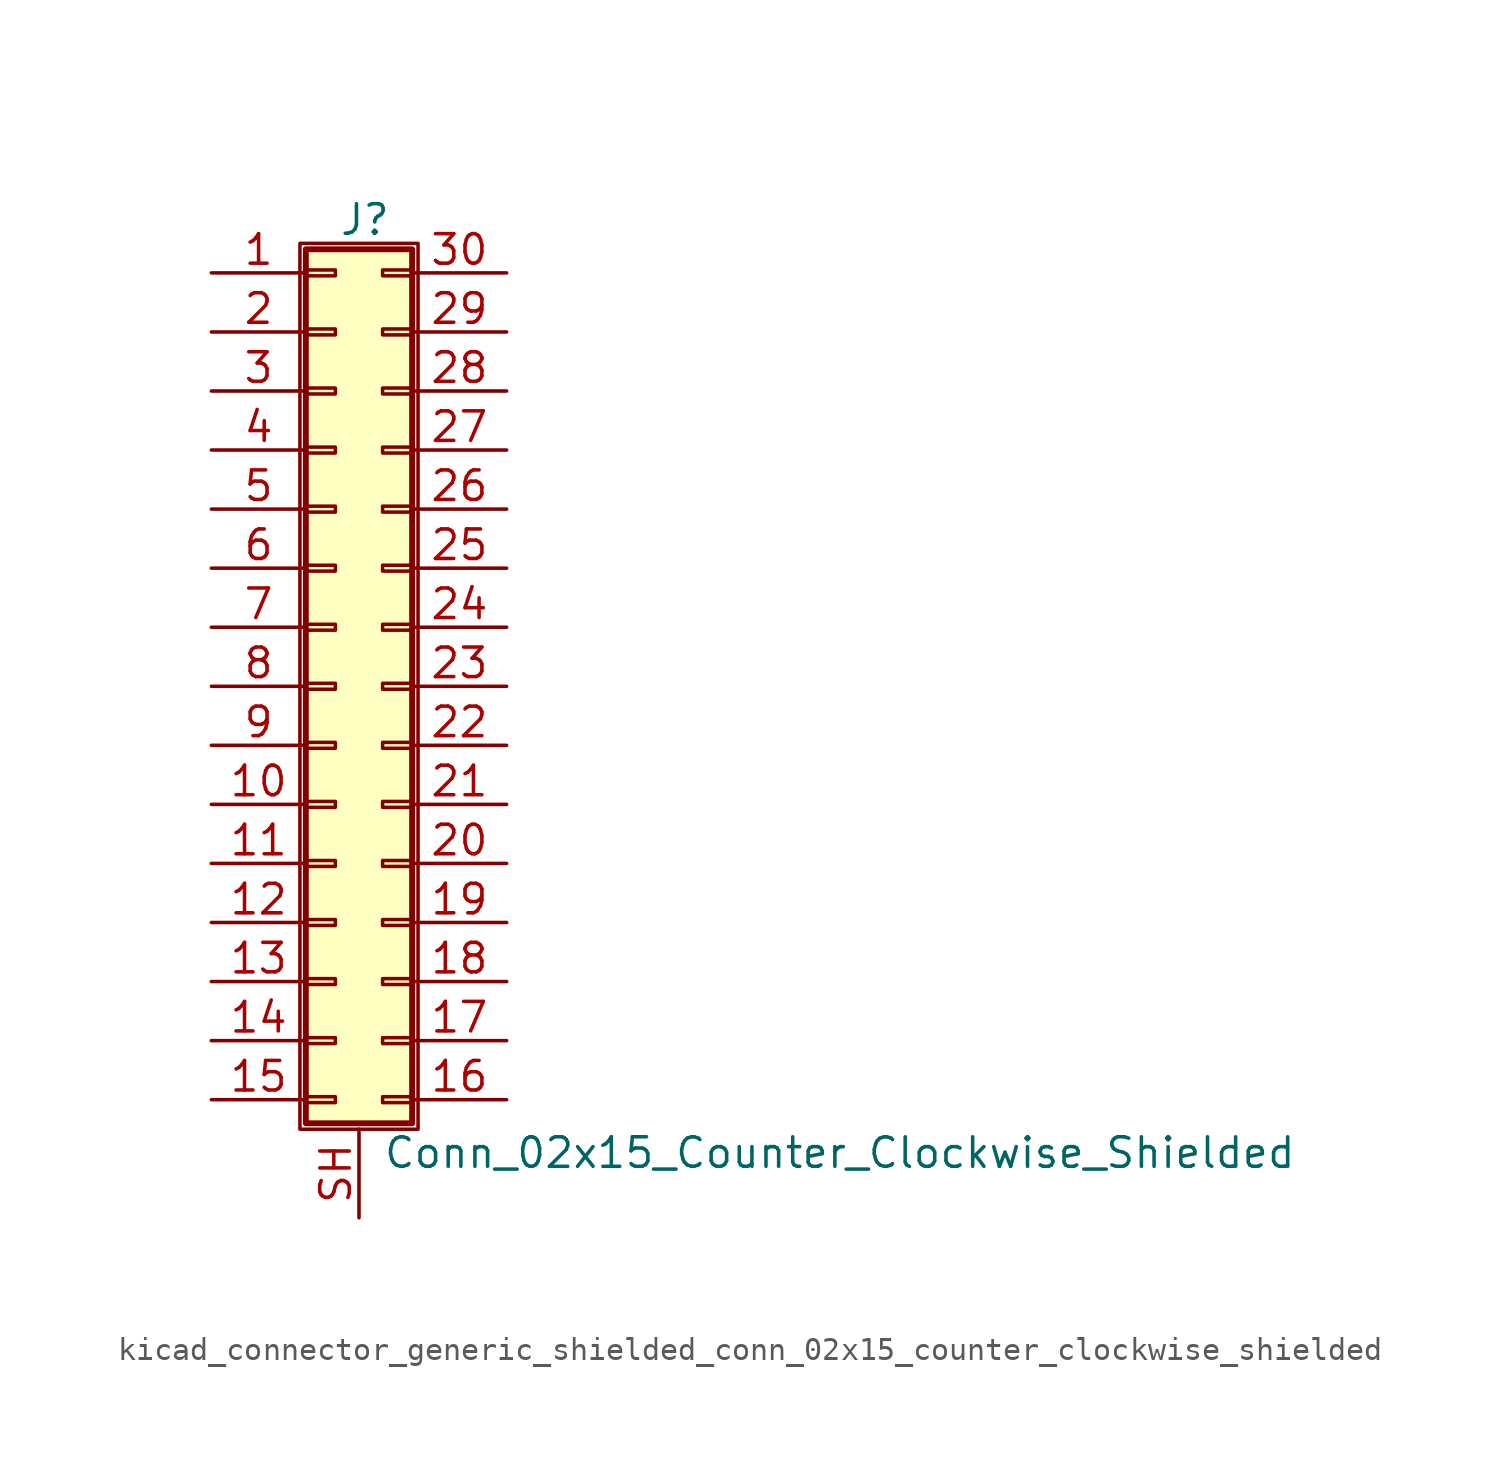
<source format=kicad_sym>
(kicad_symbol_lib
  (version 20220914)
  (generator kicad_symbol_editor)
  (symbol "kicad_connector_generic_shielded_conn_02x15_counter_clockwise_shielded"
    (pin_names
      (offset 1.016) hide)
    (property "Reference" "J"
      (at 1.524 20.066 0)
      (effects (font (size 1.27 1.27))))
    (property "Value" "Conn_02x15_Counter_Clockwise_Shielded"
      (at 2.286 -20.066 0)
      (effects (font (size 1.27 1.27)) (justify left)))
    (symbol "kicad_connector_generic_shielded_conn_02x15_counter_clockwise_shielded_1_1"
      (rectangle (start -1.27 19.05) (end 3.81 -19.05) (stroke (width 0.152) (type default)) (fill (type none)))
      (rectangle (start -1.016 -17.653) (end 0.254 -17.907) (stroke (width 0.152) (type default)) (fill (type none)))
      (rectangle (start -1.016 -15.113) (end 0.254 -15.367) (stroke (width 0.152) (type default)) (fill (type none)))
      (rectangle (start -1.016 -12.573) (end 0.254 -12.827) (stroke (width 0.152) (type default)) (fill (type none)))
      (rectangle (start -1.016 -10.033) (end 0.254 -10.287) (stroke (width 0.152) (type default)) (fill (type none)))
      (rectangle (start -1.016 -7.493) (end 0.254 -7.747) (stroke (width 0.152) (type default)) (fill (type none)))
      (rectangle (start -1.016 -4.953) (end 0.254 -5.207) (stroke (width 0.152) (type default)) (fill (type none)))
      (rectangle (start -1.016 -2.413) (end 0.254 -2.667) (stroke (width 0.152) (type default)) (fill (type none)))
      (rectangle (start -1.016 0.127) (end 0.254 -0.127) (stroke (width 0.152) (type default)) (fill (type none)))
      (rectangle (start -1.016 2.667) (end 0.254 2.413) (stroke (width 0.152) (type default)) (fill (type none)))
      (rectangle (start -1.016 5.207) (end 0.254 4.953) (stroke (width 0.152) (type default)) (fill (type none)))
      (rectangle (start -1.016 7.747) (end 0.254 7.493) (stroke (width 0.152) (type default)) (fill (type none)))
      (rectangle (start -1.016 10.287) (end 0.254 10.033) (stroke (width 0.152) (type default)) (fill (type none)))
      (rectangle (start -1.016 12.827) (end 0.254 12.573) (stroke (width 0.152) (type default)) (fill (type none)))
      (rectangle (start -1.016 15.367) (end 0.254 15.113) (stroke (width 0.152) (type default)) (fill (type none)))
      (rectangle (start -1.016 17.907) (end 0.254 17.653) (stroke (width 0.152) (type default)) (fill (type none)))
      (rectangle (start -1.016 18.796) (end 3.556 -18.796) (stroke (width 0.254) (type default)) (fill (type background)))
      (rectangle (start 3.556 -17.653) (end 2.286 -17.907) (stroke (width 0.152) (type default)) (fill (type none)))
      (rectangle (start 3.556 -15.113) (end 2.286 -15.367) (stroke (width 0.152) (type default)) (fill (type none)))
      (rectangle (start 3.556 -12.573) (end 2.286 -12.827) (stroke (width 0.152) (type default)) (fill (type none)))
      (rectangle (start 3.556 -10.033) (end 2.286 -10.287) (stroke (width 0.152) (type default)) (fill (type none)))
      (rectangle (start 3.556 -7.493) (end 2.286 -7.747) (stroke (width 0.152) (type default)) (fill (type none)))
      (rectangle (start 3.556 -4.953) (end 2.286 -5.207) (stroke (width 0.152) (type default)) (fill (type none)))
      (rectangle (start 3.556 -2.413) (end 2.286 -2.667) (stroke (width 0.152) (type default)) (fill (type none)))
      (rectangle (start 3.556 0.127) (end 2.286 -0.127) (stroke (width 0.152) (type default)) (fill (type none)))
      (rectangle (start 3.556 2.667) (end 2.286 2.413) (stroke (width 0.152) (type default)) (fill (type none)))
      (rectangle (start 3.556 5.207) (end 2.286 4.953) (stroke (width 0.152) (type default)) (fill (type none)))
      (rectangle (start 3.556 7.747) (end 2.286 7.493) (stroke (width 0.152) (type default)) (fill (type none)))
      (rectangle (start 3.556 10.287) (end 2.286 10.033) (stroke (width 0.152) (type default)) (fill (type none)))
      (rectangle (start 3.556 12.827) (end 2.286 12.573) (stroke (width 0.152) (type default)) (fill (type none)))
      (rectangle (start 3.556 15.367) (end 2.286 15.113) (stroke (width 0.152) (type default)) (fill (type none)))
      (rectangle (start 3.556 17.907) (end 2.286 17.653) (stroke (width 0.152) (type default)) (fill (type none)))
      (pin passive line (at -5.08 17.78 0) (length 4.064) (name "Pin_1" (effects (font (size 1.27 1.27)))) (number "1" (effects (font (size 1.27 1.27)))))
      (pin passive line (at -5.08 -5.08 0) (length 4.064) (name "Pin_10" (effects (font (size 1.27 1.27)))) (number "10" (effects (font (size 1.27 1.27)))))
      (pin passive line (at -5.08 -7.62 0) (length 4.064) (name "Pin_11" (effects (font (size 1.27 1.27)))) (number "11" (effects (font (size 1.27 1.27)))))
      (pin passive line (at -5.08 -10.16 0) (length 4.064) (name "Pin_12" (effects (font (size 1.27 1.27)))) (number "12" (effects (font (size 1.27 1.27)))))
      (pin passive line (at -5.08 -12.7 0) (length 4.064) (name "Pin_13" (effects (font (size 1.27 1.27)))) (number "13" (effects (font (size 1.27 1.27)))))
      (pin passive line (at -5.08 -15.24 0) (length 4.064) (name "Pin_14" (effects (font (size 1.27 1.27)))) (number "14" (effects (font (size 1.27 1.27)))))
      (pin passive line (at -5.08 -17.78 0) (length 4.064) (name "Pin_15" (effects (font (size 1.27 1.27)))) (number "15" (effects (font (size 1.27 1.27)))))
      (pin passive line (at 7.62 -17.78 180) (length 4.064) (name "Pin_16" (effects (font (size 1.27 1.27)))) (number "16" (effects (font (size 1.27 1.27)))))
      (pin passive line (at 7.62 -15.24 180) (length 4.064) (name "Pin_17" (effects (font (size 1.27 1.27)))) (number "17" (effects (font (size 1.27 1.27)))))
      (pin passive line (at 7.62 -12.7 180) (length 4.064) (name "Pin_18" (effects (font (size 1.27 1.27)))) (number "18" (effects (font (size 1.27 1.27)))))
      (pin passive line (at 7.62 -10.16 180) (length 4.064) (name "Pin_19" (effects (font (size 1.27 1.27)))) (number "19" (effects (font (size 1.27 1.27)))))
      (pin passive line (at -5.08 15.24 0) (length 4.064) (name "Pin_2" (effects (font (size 1.27 1.27)))) (number "2" (effects (font (size 1.27 1.27)))))
      (pin passive line (at 7.62 -7.62 180) (length 4.064) (name "Pin_20" (effects (font (size 1.27 1.27)))) (number "20" (effects (font (size 1.27 1.27)))))
      (pin passive line (at 7.62 -5.08 180) (length 4.064) (name "Pin_21" (effects (font (size 1.27 1.27)))) (number "21" (effects (font (size 1.27 1.27)))))
      (pin passive line (at 7.62 -2.54 180) (length 4.064) (name "Pin_22" (effects (font (size 1.27 1.27)))) (number "22" (effects (font (size 1.27 1.27)))))
      (pin passive line (at 7.62 0 180) (length 4.064) (name "Pin_23" (effects (font (size 1.27 1.27)))) (number "23" (effects (font (size 1.27 1.27)))))
      (pin passive line (at 7.62 2.54 180) (length 4.064) (name "Pin_24" (effects (font (size 1.27 1.27)))) (number "24" (effects (font (size 1.27 1.27)))))
      (pin passive line (at 7.62 5.08 180) (length 4.064) (name "Pin_25" (effects (font (size 1.27 1.27)))) (number "25" (effects (font (size 1.27 1.27)))))
      (pin passive line (at 7.62 7.62 180) (length 4.064) (name "Pin_26" (effects (font (size 1.27 1.27)))) (number "26" (effects (font (size 1.27 1.27)))))
      (pin passive line (at 7.62 10.16 180) (length 4.064) (name "Pin_27" (effects (font (size 1.27 1.27)))) (number "27" (effects (font (size 1.27 1.27)))))
      (pin passive line (at 7.62 12.7 180) (length 4.064) (name "Pin_28" (effects (font (size 1.27 1.27)))) (number "28" (effects (font (size 1.27 1.27)))))
      (pin passive line (at 7.62 15.24 180) (length 4.064) (name "Pin_29" (effects (font (size 1.27 1.27)))) (number "29" (effects (font (size 1.27 1.27)))))
      (pin passive line (at -5.08 12.7 0) (length 4.064) (name "Pin_3" (effects (font (size 1.27 1.27)))) (number "3" (effects (font (size 1.27 1.27)))))
      (pin passive line (at 7.62 17.78 180) (length 4.064) (name "Pin_30" (effects (font (size 1.27 1.27)))) (number "30" (effects (font (size 1.27 1.27)))))
      (pin passive line (at -5.08 10.16 0) (length 4.064) (name "Pin_4" (effects (font (size 1.27 1.27)))) (number "4" (effects (font (size 1.27 1.27)))))
      (pin passive line (at -5.08 7.62 0) (length 4.064) (name "Pin_5" (effects (font (size 1.27 1.27)))) (number "5" (effects (font (size 1.27 1.27)))))
      (pin passive line (at -5.08 5.08 0) (length 4.064) (name "Pin_6" (effects (font (size 1.27 1.27)))) (number "6" (effects (font (size 1.27 1.27)))))
      (pin passive line (at -5.08 2.54 0) (length 4.064) (name "Pin_7" (effects (font (size 1.27 1.27)))) (number "7" (effects (font (size 1.27 1.27)))))
      (pin passive line (at -5.08 0 0) (length 4.064) (name "Pin_8" (effects (font (size 1.27 1.27)))) (number "8" (effects (font (size 1.27 1.27)))))
      (pin passive line (at -5.08 -2.54 0) (length 4.064) (name "Pin_9" (effects (font (size 1.27 1.27)))) (number "9" (effects (font (size 1.27 1.27)))))
      (pin passive line (at 1.27 -22.86 90) (length 3.81) (name "Shield" (effects (font (size 1.27 1.27)))) (number "SH" (effects (font (size 1.27 1.27))))))))
</source>
